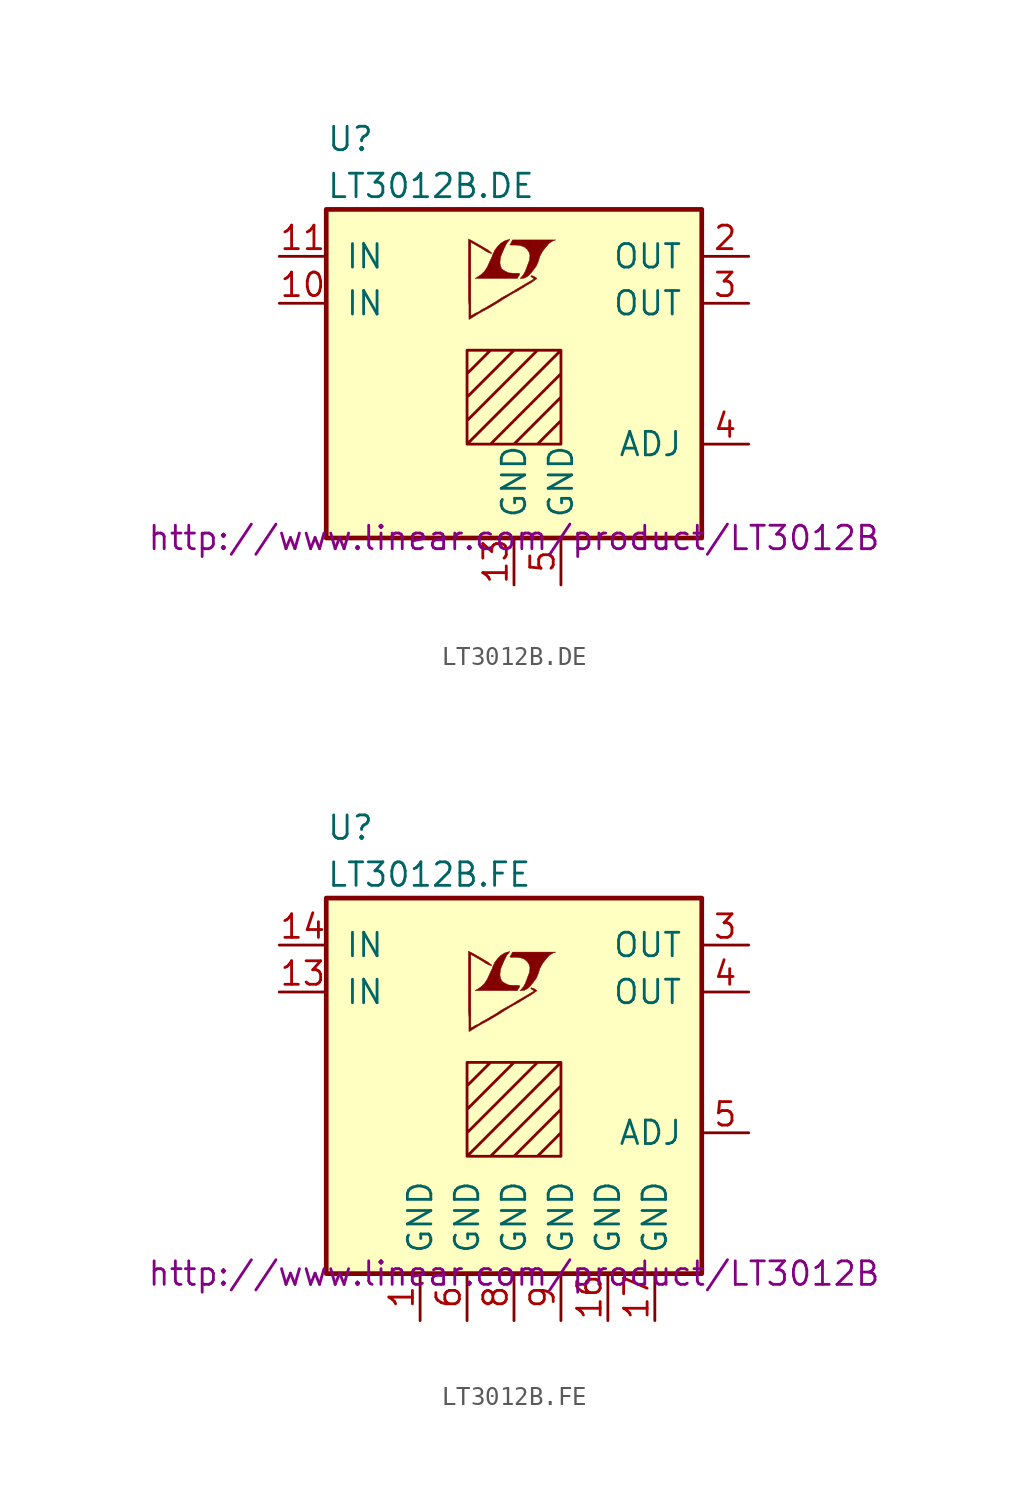
<source format=kicad_sym>
(kicad_symbol_lib
  (version 20201005)
  (generator kicad_symbol_editor)
  (symbol "LT3012B.DE"
    (pin_names
      (offset 1.016))
    (property "Reference" "U"
      (at -10.16 13.97 0)
      (effects (font (size 1.27 1.27)) (justify left)))
    (property "Value" "LT3012B.DE"
      (at -10.16 11.43 0)
      (effects (font (size 1.27 1.27)) (justify left)))
    (property "Datasheet" "http://www.linear.com/product/LT3012B"
      (at 0 -7.62 0)
      (effects (font (size 1.27 1.27))))
    (symbol "LT3012B.DE_0_0"
      (polyline (pts (xy 0.584 6.452) (xy 0.762 6.553) (xy 0.914 6.706) (xy 1.219 7.112) (xy 1.321 7.366) (xy 1.397 7.62) (xy 1.549 7.899) (xy 1.727 8.128) (xy 1.905 8.331) (xy 2.108 8.458) (xy 2.261 8.509) (xy -0.076 8.509) (xy -0.152 8.382) (xy -0.152 8.357) (xy -0.203 8.28) (xy -0.229 8.255) (xy -0.178 8.23) (xy 0.102 8.23) (xy 0.356 8.204) (xy 0.559 8.128) (xy 0.711 8.001) (xy 0.813 7.849) (xy 0.864 7.671) (xy 0.838 7.442) (xy 0.838 7.417) (xy 0.61 6.807) (xy 0.508 6.629) (xy 0.406 6.502) (xy 0.33 6.426) (xy 0.432 6.426) (xy 0.584 6.452)) (stroke (width 0.025)) (fill (type outline)))
      (polyline (pts (xy 0.229 6.528) (xy 0.254 6.553) (xy 0.305 6.629) (xy 0.305 6.68) (xy 0.254 6.706) (xy -0.051 6.706) (xy -0.305 6.731) (xy -0.508 6.833) (xy -0.66 6.934) (xy -0.737 7.112) (xy -0.762 7.29) (xy -0.737 7.518) (xy -0.737 7.544) (xy -0.686 7.696) (xy -0.533 8.052) (xy -0.381 8.357) (xy -0.305 8.433) (xy -0.229 8.534) (xy -0.356 8.509) (xy -0.508 8.458) (xy -0.711 8.331) (xy -0.889 8.153) (xy -1.041 7.95) (xy -1.168 7.671) (xy -1.168 7.645) (xy -1.321 7.315) (xy -1.448 7.036) (xy -1.6 6.807) (xy -1.753 6.655) (xy -1.93 6.528) (xy -2.108 6.426) (xy 0.178 6.426) (xy 0.229 6.528)) (stroke (width 0.025)) (fill (type outline)))
      (polyline (pts (xy -2.362 4.242) (xy -2.286 4.293) (xy -2.159 4.369) (xy -2.083 4.42) (xy -1.829 4.572) (xy -1.27 4.877) (xy -0.762 5.182) (xy -0.533 5.334) (xy -0.356 5.436) (xy -0.203 5.537) (xy -0.102 5.588) (xy -0.025 5.639) (xy 0.127 5.715) (xy 0.305 5.817) (xy 0.711 6.071) (xy 0.889 6.172) (xy 1.041 6.274) (xy 1.143 6.35) (xy 1.219 6.401) (xy 1.245 6.426) (xy 1.092 6.528) (xy 0.94 6.579) (xy 0.914 6.553) (xy 0.914 6.528) (xy 0.991 6.477) (xy 1.092 6.401) (xy 0.178 5.867) (xy -0.025 5.74) (xy -0.33 5.563) (xy -0.66 5.385) (xy -0.965 5.182) (xy -1.27 5.004) (xy -1.524 4.851) (xy -1.727 4.75) (xy -1.905 4.623) (xy -2.083 4.547) (xy -2.21 4.47) (xy -2.311 4.42) (xy -2.337 4.394) (xy -2.337 8.382) (xy -1.803 8.077) (xy -1.676 8.001) (xy -1.524 7.899) (xy -1.372 7.823) (xy -1.295 7.798) (xy -1.245 7.772) (xy -1.219 7.772) (xy -1.219 7.823) (xy -1.295 7.874) (xy -1.422 7.976) (xy -1.6 8.077) (xy -1.727 8.153) (xy -2.083 8.357) (xy -2.21 8.433) (xy -2.464 8.56) (xy -2.464 5.283) (xy -2.438 4.978) (xy -2.438 4.216) (xy -2.413 4.216) (xy -2.362 4.242)) (stroke (width 0.025)) (fill (type outline))))
    (symbol "LT3012B.DE_0_1"
      (rectangle (start -10.16 10.16) (end 10.16 -7.62) (stroke (width 0.254)) (fill (type background)))
      (polyline (pts (xy -2.54 1.27) (xy -1.27 2.54) (xy 0 2.54) (xy -2.54 0) (xy -2.54 -1.27) (xy 1.27 2.54) (xy 2.54 2.54) (xy -2.54 -2.54) (xy -1.27 -2.54) (xy 2.54 1.27) (xy 2.54 0) (xy 0 -2.54) (xy 1.27 -2.54) (xy 2.54 -1.27) (xy 2.54 -2.54) (xy -2.54 -2.54) (xy -2.54 2.54) (xy 2.54 2.54) (xy 2.54 -2.54)) (stroke (width 0)) (fill (type none))))
    (symbol "LT3012B.DE_1_1"
      (pin unconnected line (at 12.7 2.54 180) (length 2.54) hide (name "NC" (effects (font (size 1.27 1.27)))) (number "1" (effects (font (size 1.27 1.27)))))
      (pin power_in line (at -12.7 5.08 0) (length 2.54) (name "IN" (effects (font (size 1.27 1.27)))) (number "10" (effects (font (size 1.27 1.27)))))
      (pin power_in line (at -12.7 7.62 0) (length 2.54) (name "IN" (effects (font (size 1.27 1.27)))) (number "11" (effects (font (size 1.27 1.27)))))
      (pin unconnected line (at 12.7 -5.08 180) (length 2.54) hide (name "NC" (effects (font (size 1.27 1.27)))) (number "12" (effects (font (size 1.27 1.27)))))
      (pin power_in line (at 0 -10.16 90) (length 2.54) (name "GND" (effects (font (size 1.27 1.27)))) (number "13" (effects (font (size 1.27 1.27)))))
      (pin power_out line (at 12.7 7.62 180) (length 2.54) (name "OUT" (effects (font (size 1.27 1.27)))) (number "2" (effects (font (size 1.27 1.27)))))
      (pin power_out line (at 12.7 5.08 180) (length 2.54) (name "OUT" (effects (font (size 1.27 1.27)))) (number "3" (effects (font (size 1.27 1.27)))))
      (pin passive line (at 12.7 -2.54 180) (length 2.54) (name "ADJ" (effects (font (size 1.27 1.27)))) (number "4" (effects (font (size 1.27 1.27)))))
      (pin power_in line (at 2.54 -10.16 90) (length 2.54) (name "GND" (effects (font (size 1.27 1.27)))) (number "5" (effects (font (size 1.27 1.27)))))
      (pin unconnected line (at -12.7 -2.54 0) (length 2.54) hide (name "NC" (effects (font (size 1.27 1.27)))) (number "6" (effects (font (size 1.27 1.27)))))
      (pin unconnected line (at -12.7 -5.08 0) (length 2.54) hide (name "NC" (effects (font (size 1.27 1.27)))) (number "7" (effects (font (size 1.27 1.27)))))
      (pin unconnected line (at -12.7 2.54 0) (length 2.54) hide (name "NC" (effects (font (size 1.27 1.27)))) (number "8" (effects (font (size 1.27 1.27)))))
      (pin unconnected line (at 12.7 0 180) (length 2.54) hide (name "NC" (effects (font (size 1.27 1.27)))) (number "9" (effects (font (size 1.27 1.27)))))))
  (symbol "LT3012B.FE"
    (pin_names
      (offset 1.016))
    (property "Reference" "U"
      (at -10.16 13.97 0)
      (effects (font (size 1.27 1.27)) (justify left)))
    (property "Value" "LT3012B.FE"
      (at -10.16 11.43 0)
      (effects (font (size 1.27 1.27)) (justify left)))
    (property "Datasheet" "http://www.linear.com/product/LT3012B"
      (at 0 -10.16 0)
      (effects (font (size 1.27 1.27))))
    (symbol "LT3012B.FE_0_0"
      (polyline (pts (xy 0.584 5.182) (xy 0.762 5.283) (xy 0.914 5.436) (xy 1.219 5.842) (xy 1.321 6.096) (xy 1.397 6.35) (xy 1.549 6.629) (xy 1.727 6.858) (xy 1.905 7.061) (xy 2.108 7.188) (xy 2.261 7.239) (xy -0.076 7.239) (xy -0.152 7.112) (xy -0.152 7.087) (xy -0.203 7.01) (xy -0.229 6.985) (xy -0.178 6.96) (xy 0.102 6.96) (xy 0.356 6.934) (xy 0.559 6.858) (xy 0.711 6.731) (xy 0.813 6.579) (xy 0.864 6.401) (xy 0.838 6.172) (xy 0.838 6.147) (xy 0.61 5.537) (xy 0.508 5.359) (xy 0.406 5.232) (xy 0.33 5.156) (xy 0.432 5.156) (xy 0.584 5.182)) (stroke (width 0.025)) (fill (type outline)))
      (polyline (pts (xy 0.229 5.258) (xy 0.254 5.283) (xy 0.305 5.359) (xy 0.305 5.41) (xy 0.254 5.436) (xy -0.051 5.436) (xy -0.305 5.461) (xy -0.508 5.563) (xy -0.66 5.664) (xy -0.737 5.842) (xy -0.762 6.02) (xy -0.737 6.248) (xy -0.737 6.274) (xy -0.686 6.426) (xy -0.533 6.782) (xy -0.381 7.087) (xy -0.305 7.163) (xy -0.229 7.264) (xy -0.356 7.239) (xy -0.508 7.188) (xy -0.711 7.061) (xy -0.889 6.883) (xy -1.041 6.68) (xy -1.168 6.401) (xy -1.168 6.375) (xy -1.321 6.045) (xy -1.448 5.766) (xy -1.6 5.537) (xy -1.753 5.385) (xy -1.93 5.258) (xy -2.108 5.156) (xy 0.178 5.156) (xy 0.229 5.258)) (stroke (width 0.025)) (fill (type outline)))
      (polyline (pts (xy -2.362 2.972) (xy -2.286 3.023) (xy -2.159 3.099) (xy -2.083 3.15) (xy -1.829 3.302) (xy -1.27 3.607) (xy -0.762 3.912) (xy -0.533 4.064) (xy -0.356 4.166) (xy -0.203 4.267) (xy -0.102 4.318) (xy -0.025 4.369) (xy 0.127 4.445) (xy 0.305 4.547) (xy 0.711 4.801) (xy 0.889 4.902) (xy 1.041 5.004) (xy 1.143 5.08) (xy 1.219 5.131) (xy 1.245 5.156) (xy 1.092 5.258) (xy 0.94 5.309) (xy 0.914 5.283) (xy 0.914 5.258) (xy 0.991 5.207) (xy 1.092 5.131) (xy 0.178 4.597) (xy -0.025 4.47) (xy -0.33 4.293) (xy -0.66 4.115) (xy -0.965 3.912) (xy -1.27 3.734) (xy -1.524 3.581) (xy -1.727 3.48) (xy -1.905 3.353) (xy -2.083 3.277) (xy -2.21 3.2) (xy -2.311 3.15) (xy -2.337 3.124) (xy -2.337 7.112) (xy -1.803 6.807) (xy -1.676 6.731) (xy -1.524 6.629) (xy -1.372 6.553) (xy -1.295 6.528) (xy -1.245 6.502) (xy -1.219 6.502) (xy -1.219 6.553) (xy -1.295 6.604) (xy -1.422 6.706) (xy -1.6 6.807) (xy -1.727 6.883) (xy -2.083 7.087) (xy -2.21 7.163) (xy -2.464 7.29) (xy -2.464 4.013) (xy -2.438 3.708) (xy -2.438 2.946) (xy -2.413 2.946) (xy -2.362 2.972)) (stroke (width 0.025)) (fill (type outline))))
    (symbol "LT3012B.FE_0_1"
      (rectangle (start -10.16 10.16) (end 10.16 -10.16) (stroke (width 0.254)) (fill (type background)))
      (polyline (pts (xy -2.54 0) (xy -1.27 1.27) (xy 0 1.27) (xy -2.54 -1.27) (xy -2.54 -2.54) (xy 1.27 1.27) (xy 2.54 1.27) (xy -2.54 -3.81) (xy -1.27 -3.81) (xy 2.54 0) (xy 2.54 -1.27) (xy 0 -3.81) (xy 1.27 -3.81) (xy 2.54 -2.54) (xy 2.54 -3.81) (xy -2.54 -3.81) (xy -2.54 1.27) (xy 2.54 1.27) (xy 2.54 -3.81)) (stroke (width 0)) (fill (type none))))
    (symbol "LT3012B.FE_1_1"
      (pin power_in line (at -5.08 -12.7 90) (length 2.54) (name "GND" (effects (font (size 1.27 1.27)))) (number "1" (effects (font (size 1.27 1.27)))))
      (pin unconnected line (at -12.7 -5.08 0) (length 2.54) hide (name "NC" (effects (font (size 1.27 1.27)))) (number "10" (effects (font (size 1.27 1.27)))))
      (pin unconnected line (at -12.7 2.54 0) (length 2.54) hide (name "NC" (effects (font (size 1.27 1.27)))) (number "11" (effects (font (size 1.27 1.27)))))
      (pin unconnected line (at 12.7 -5.08 180) (length 2.54) hide (name "NC" (effects (font (size 1.27 1.27)))) (number "12" (effects (font (size 1.27 1.27)))))
      (pin power_in line (at -12.7 5.08 0) (length 2.54) (name "IN" (effects (font (size 1.27 1.27)))) (number "13" (effects (font (size 1.27 1.27)))))
      (pin power_in line (at -12.7 7.62 0) (length 2.54) (name "IN" (effects (font (size 1.27 1.27)))) (number "14" (effects (font (size 1.27 1.27)))))
      (pin unconnected line (at 12.7 0 180) (length 2.54) hide (name "NC" (effects (font (size 1.27 1.27)))) (number "15" (effects (font (size 1.27 1.27)))))
      (pin power_in line (at 5.08 -12.7 90) (length 2.54) (name "GND" (effects (font (size 1.27 1.27)))) (number "16" (effects (font (size 1.27 1.27)))))
      (pin power_in line (at 7.62 -12.7 90) (length 2.54) (name "GND" (effects (font (size 1.27 1.27)))) (number "17" (effects (font (size 1.27 1.27)))))
      (pin unconnected line (at 12.7 2.54 180) (length 2.54) hide (name "NC" (effects (font (size 1.27 1.27)))) (number "2" (effects (font (size 1.27 1.27)))))
      (pin power_out line (at 12.7 7.62 180) (length 2.54) (name "OUT" (effects (font (size 1.27 1.27)))) (number "3" (effects (font (size 1.27 1.27)))))
      (pin power_out line (at 12.7 5.08 180) (length 2.54) (name "OUT" (effects (font (size 1.27 1.27)))) (number "4" (effects (font (size 1.27 1.27)))))
      (pin passive line (at 12.7 -2.54 180) (length 2.54) (name "ADJ" (effects (font (size 1.27 1.27)))) (number "5" (effects (font (size 1.27 1.27)))))
      (pin power_in line (at -2.54 -12.7 90) (length 2.54) (name "GND" (effects (font (size 1.27 1.27)))) (number "6" (effects (font (size 1.27 1.27)))))
      (pin unconnected line (at -12.7 -2.54 0) (length 2.54) hide (name "NC" (effects (font (size 1.27 1.27)))) (number "7" (effects (font (size 1.27 1.27)))))
      (pin power_in line (at 0 -12.7 90) (length 2.54) (name "GND" (effects (font (size 1.27 1.27)))) (number "8" (effects (font (size 1.27 1.27)))))
      (pin power_in line (at 2.54 -12.7 90) (length 2.54) (name "GND" (effects (font (size 1.27 1.27)))) (number "9" (effects (font (size 1.27 1.27))))))))
</source>
